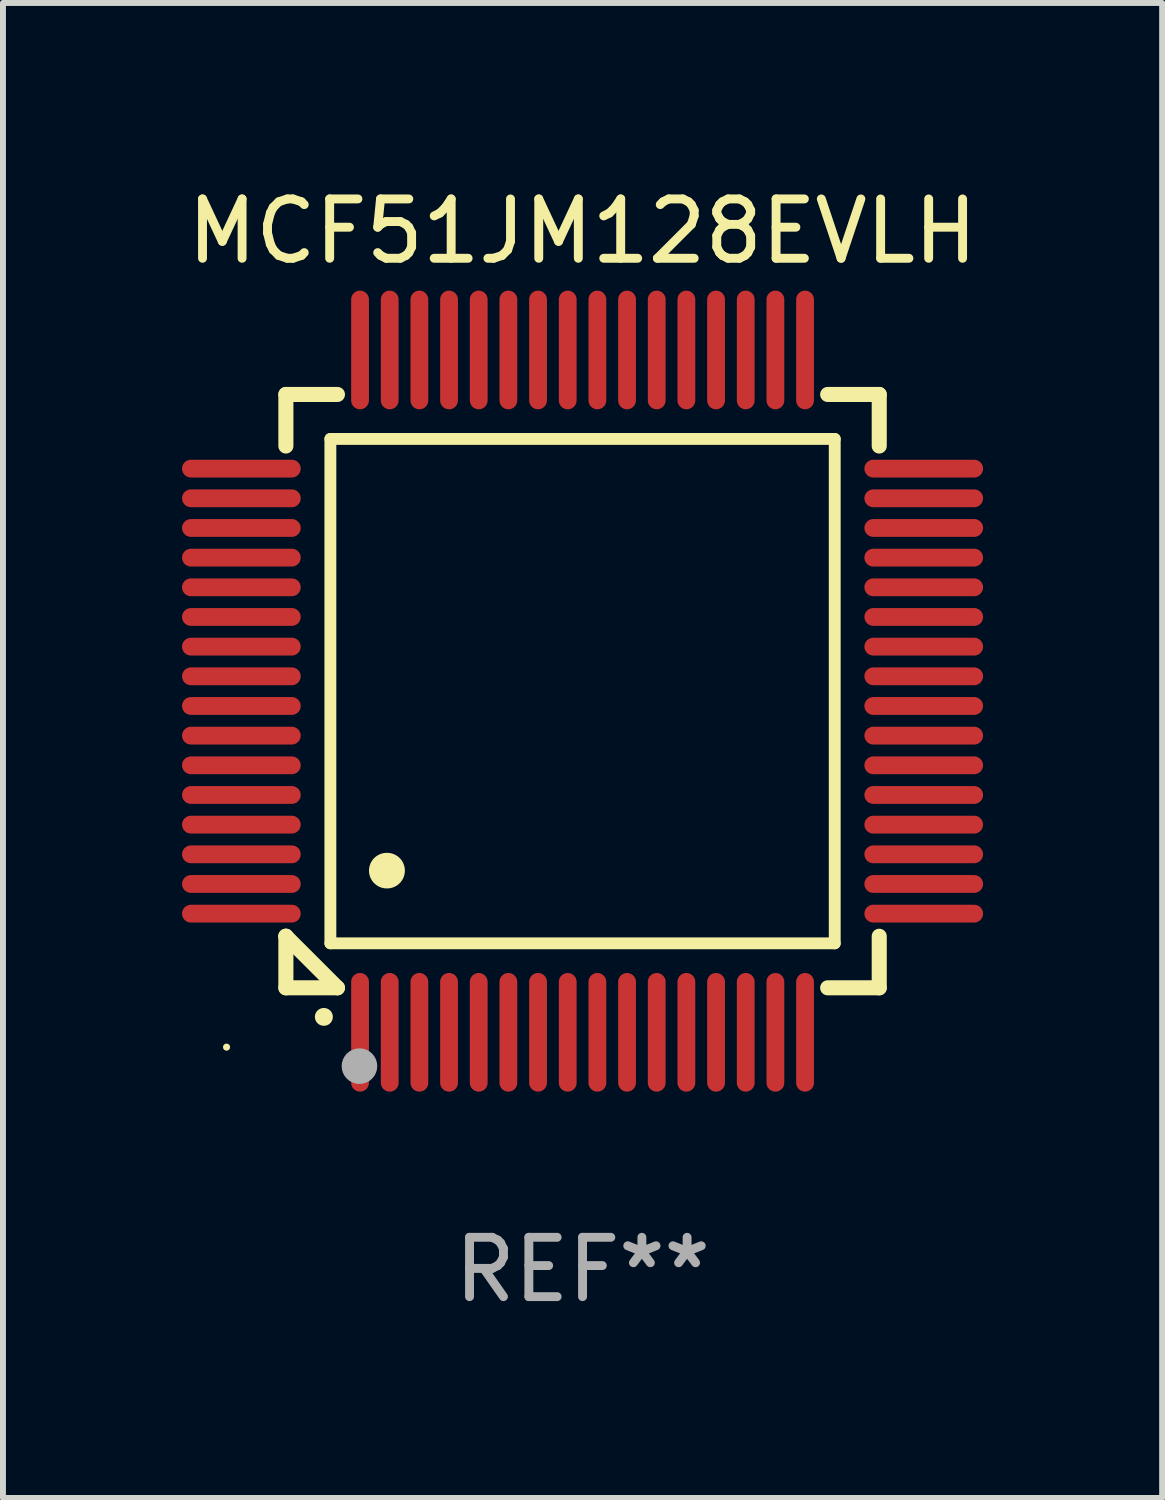
<source format=kicad_pcb>
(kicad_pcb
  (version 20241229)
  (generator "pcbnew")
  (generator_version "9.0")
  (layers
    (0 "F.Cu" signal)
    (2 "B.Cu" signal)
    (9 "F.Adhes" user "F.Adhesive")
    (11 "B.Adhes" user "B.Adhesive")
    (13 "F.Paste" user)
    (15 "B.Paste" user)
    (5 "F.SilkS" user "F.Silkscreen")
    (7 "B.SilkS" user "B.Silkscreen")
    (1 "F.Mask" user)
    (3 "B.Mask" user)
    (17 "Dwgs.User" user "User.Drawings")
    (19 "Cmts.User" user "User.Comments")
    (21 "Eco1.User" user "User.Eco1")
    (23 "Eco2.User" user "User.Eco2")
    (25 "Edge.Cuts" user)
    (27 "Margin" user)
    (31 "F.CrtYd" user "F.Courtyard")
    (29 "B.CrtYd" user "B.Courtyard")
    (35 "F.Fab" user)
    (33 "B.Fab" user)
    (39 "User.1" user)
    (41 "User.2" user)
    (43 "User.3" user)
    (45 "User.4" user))
  (footprint "MCF51JM128EVLH"
    (layer "F.Cu")
    (at 6.768 8.598)
    (property "Reference" "MCF51JM128EVLH" (at 0 -7.75 0) (layer "F.SilkS") (effects (font (size 1 1) (thickness 0.15))))
    (attr through_hole)
    (fp_line (start -5 -5) (end -4.131 -5) (stroke (width 0.254) (type solid)) (layer "F.SilkS"))
    (fp_line (start -5 -4.131) (end -5 -5) (stroke (width 0.254) (type solid)) (layer "F.SilkS"))
    (fp_line (start -5 4.131) (end -5 4.131) (stroke (width 0.254) (type solid)) (layer "F.SilkS"))
    (fp_line (start -5 5) (end -5 4.131) (stroke (width 0.254) (type solid)) (layer "F.SilkS"))
    (fp_line (start -5 4.131) (end -4.131 5) (stroke (width 0.254) (type solid)) (layer "F.SilkS"))
    (fp_line (start -4.25 -4.25) (end -4.25 4.25) (stroke (width 0.2) (type solid)) (layer "F.SilkS"))
    (fp_line (start -4.25 4.25) (end 4.25 4.25) (stroke (width 0.2) (type solid)) (layer "F.SilkS"))
    (fp_line (start -4.131 5) (end -5 5) (stroke (width 0.254) (type solid)) (layer "F.SilkS"))
    (fp_line (start 4.25 -4.25) (end -4.25 -4.25) (stroke (width 0.2) (type solid)) (layer "F.SilkS"))
    (fp_line (start 4.25 4.25) (end 4.25 -4.25) (stroke (width 0.2) (type solid)) (layer "F.SilkS"))
    (fp_line (start 5 -5) (end 4.131 -5) (stroke (width 0.254) (type solid)) (layer "F.SilkS"))
    (fp_line (start 5 -5) (end 5 -4.131) (stroke (width 0.254) (type solid)) (layer "F.SilkS"))
    (fp_line (start 5 4.131) (end 5 5) (stroke (width 0.254) (type solid)) (layer "F.SilkS"))
    (fp_line (start 5 5) (end 4.131 5) (stroke (width 0.254) (type solid)) (layer "F.SilkS"))
    (fp_arc (start -4.361265 5.489992) (mid -4.359995 5.489987) (end -4.358725 5.489992) (stroke (width 0.3) (type solid)) (layer "F.SilkS"))
    (fp_arc (start -3.299467 3.025146) (mid -3.296927 3.025135) (end -3.294387 3.025146) (stroke (width 0.6) (type solid)) (layer "F.SilkS"))
    (fp_circle (center -6 6) (end -5.97 6) (stroke (width 0.06) (type solid)) (fill no) (layer "F.SilkS"))
    (fp_circle (center -3.76 6.32) (end -3.61 6.32) (stroke (width 0.3) (type solid)) (fill no) (layer "F.Fab"))
    (fp_text user "REF**" (at 0 9.75 0) (layer "F.Fab") (effects (font (size 1 1) (thickness 0.15))))
    (pad "1" smd oval (at -3.75 5.75) (size 0.3 2) (layers "F.Cu" "F.Mask" "F.Paste"))
    (pad "2" smd oval (at -3.25 5.75) (size 0.3 2) (layers "F.Cu" "F.Mask" "F.Paste"))
    (pad "3" smd oval (at -2.75 5.75) (size 0.3 2) (layers "F.Cu" "F.Mask" "F.Paste"))
    (pad "4" smd oval (at -2.25 5.75) (size 0.3 2) (layers "F.Cu" "F.Mask" "F.Paste"))
    (pad "5" smd oval (at -1.75 5.75) (size 0.3 2) (layers "F.Cu" "F.Mask" "F.Paste"))
    (pad "6" smd oval (at -1.25 5.75) (size 0.3 2) (layers "F.Cu" "F.Mask" "F.Paste"))
    (pad "7" smd oval (at -0.75 5.75) (size 0.3 2) (layers "F.Cu" "F.Mask" "F.Paste"))
    (pad "8" smd oval (at -0.25 5.75) (size 0.3 2) (layers "F.Cu" "F.Mask" "F.Paste"))
    (pad "9" smd oval (at 0.25 5.75) (size 0.3 2) (layers "F.Cu" "F.Mask" "F.Paste"))
    (pad "10" smd oval (at 0.75 5.75) (size 0.3 2) (layers "F.Cu" "F.Mask" "F.Paste"))
    (pad "11" smd oval (at 1.25 5.75) (size 0.3 2) (layers "F.Cu" "F.Mask" "F.Paste"))
    (pad "12" smd oval (at 1.75 5.75) (size 0.3 2) (layers "F.Cu" "F.Mask" "F.Paste"))
    (pad "13" smd oval (at 2.25 5.75) (size 0.3 2) (layers "F.Cu" "F.Mask" "F.Paste"))
    (pad "14" smd oval (at 2.75 5.75) (size 0.3 2) (layers "F.Cu" "F.Mask" "F.Paste"))
    (pad "15" smd oval (at 3.25 5.75) (size 0.3 2) (layers "F.Cu" "F.Mask" "F.Paste"))
    (pad "16" smd oval (at 3.75 5.75) (size 0.3 2) (layers "F.Cu" "F.Mask" "F.Paste"))
    (pad "17" smd oval (at 5.75 3.75) (size 2 0.3) (layers "F.Cu" "F.Mask" "F.Paste"))
    (pad "18" smd oval (at 5.75 3.25) (size 2 0.3) (layers "F.Cu" "F.Mask" "F.Paste"))
    (pad "19" smd oval (at 5.75 2.75) (size 2 0.3) (layers "F.Cu" "F.Mask" "F.Paste"))
    (pad "20" smd oval (at 5.75 2.25) (size 2 0.3) (layers "F.Cu" "F.Mask" "F.Paste"))
    (pad "21" smd oval (at 5.75 1.75) (size 2 0.3) (layers "F.Cu" "F.Mask" "F.Paste"))
    (pad "22" smd oval (at 5.75 1.25) (size 2 0.3) (layers "F.Cu" "F.Mask" "F.Paste"))
    (pad "23" smd oval (at 5.75 0.75) (size 2 0.3) (layers "F.Cu" "F.Mask" "F.Paste"))
    (pad "24" smd oval (at 5.75 0.25) (size 2 0.3) (layers "F.Cu" "F.Mask" "F.Paste"))
    (pad "25" smd oval (at 5.75 -0.25) (size 2 0.3) (layers "F.Cu" "F.Mask" "F.Paste"))
    (pad "26" smd oval (at 5.75 -0.75) (size 2 0.3) (layers "F.Cu" "F.Mask" "F.Paste"))
    (pad "27" smd oval (at 5.75 -1.25) (size 2 0.3) (layers "F.Cu" "F.Mask" "F.Paste"))
    (pad "28" smd oval (at 5.75 -1.75) (size 2 0.3) (layers "F.Cu" "F.Mask" "F.Paste"))
    (pad "29" smd oval (at 5.75 -2.25) (size 2 0.3) (layers "F.Cu" "F.Mask" "F.Paste"))
    (pad "30" smd oval (at 5.75 -2.75) (size 2 0.3) (layers "F.Cu" "F.Mask" "F.Paste"))
    (pad "31" smd oval (at 5.75 -3.25) (size 2 0.3) (layers "F.Cu" "F.Mask" "F.Paste"))
    (pad "32" smd oval (at 5.75 -3.75) (size 2 0.3) (layers "F.Cu" "F.Mask" "F.Paste"))
    (pad "33" smd oval (at 3.75 -5.75) (size 0.3 2) (layers "F.Cu" "F.Mask" "F.Paste"))
    (pad "34" smd oval (at 3.25 -5.75) (size 0.3 2) (layers "F.Cu" "F.Mask" "F.Paste"))
    (pad "35" smd oval (at 2.75 -5.75) (size 0.3 2) (layers "F.Cu" "F.Mask" "F.Paste"))
    (pad "36" smd oval (at 2.25 -5.75) (size 0.3 2) (layers "F.Cu" "F.Mask" "F.Paste"))
    (pad "37" smd oval (at 1.75 -5.75) (size 0.3 2) (layers "F.Cu" "F.Mask" "F.Paste"))
    (pad "38" smd oval (at 1.25 -5.75) (size 0.3 2) (layers "F.Cu" "F.Mask" "F.Paste"))
    (pad "39" smd oval (at 0.75 -5.75) (size 0.3 2) (layers "F.Cu" "F.Mask" "F.Paste"))
    (pad "40" smd oval (at 0.25 -5.75) (size 0.3 2) (layers "F.Cu" "F.Mask" "F.Paste"))
    (pad "41" smd oval (at -0.25 -5.75) (size 0.3 2) (layers "F.Cu" "F.Mask" "F.Paste"))
    (pad "42" smd oval (at -0.75 -5.75) (size 0.3 2) (layers "F.Cu" "F.Mask" "F.Paste"))
    (pad "43" smd oval (at -1.25 -5.75) (size 0.3 2) (layers "F.Cu" "F.Mask" "F.Paste"))
    (pad "44" smd oval (at -1.75 -5.75) (size 0.3 2) (layers "F.Cu" "F.Mask" "F.Paste"))
    (pad "45" smd oval (at -2.25 -5.75) (size 0.3 2) (layers "F.Cu" "F.Mask" "F.Paste"))
    (pad "46" smd oval (at -2.75 -5.75) (size 0.3 2) (layers "F.Cu" "F.Mask" "F.Paste"))
    (pad "47" smd oval (at -3.25 -5.75) (size 0.3 2) (layers "F.Cu" "F.Mask" "F.Paste"))
    (pad "48" smd oval (at -3.75 -5.75) (size 0.3 2) (layers "F.Cu" "F.Mask" "F.Paste"))
    (pad "49" smd oval (at -5.75 -3.75) (size 2 0.3) (layers "F.Cu" "F.Mask" "F.Paste"))
    (pad "50" smd oval (at -5.75 -3.25) (size 2 0.3) (layers "F.Cu" "F.Mask" "F.Paste"))
    (pad "51" smd oval (at -5.75 -2.75) (size 2 0.3) (layers "F.Cu" "F.Mask" "F.Paste"))
    (pad "52" smd oval (at -5.75 -2.25) (size 2 0.3) (layers "F.Cu" "F.Mask" "F.Paste"))
    (pad "53" smd oval (at -5.75 -1.75) (size 2 0.3) (layers "F.Cu" "F.Mask" "F.Paste"))
    (pad "54" smd oval (at -5.75 -1.25) (size 2 0.3) (layers "F.Cu" "F.Mask" "F.Paste"))
    (pad "55" smd oval (at -5.75 -0.75) (size 2 0.3) (layers "F.Cu" "F.Mask" "F.Paste"))
    (pad "56" smd oval (at -5.75 -0.25) (size 2 0.3) (layers "F.Cu" "F.Mask" "F.Paste"))
    (pad "57" smd oval (at -5.75 0.25) (size 2 0.3) (layers "F.Cu" "F.Mask" "F.Paste"))
    (pad "58" smd oval (at -5.75 0.75) (size 2 0.3) (layers "F.Cu" "F.Mask" "F.Paste"))
    (pad "59" smd oval (at -5.75 1.25) (size 2 0.3) (layers "F.Cu" "F.Mask" "F.Paste"))
    (pad "60" smd oval (at -5.75 1.75) (size 2 0.3) (layers "F.Cu" "F.Mask" "F.Paste"))
    (pad "61" smd oval (at -5.75 2.25) (size 2 0.3) (layers "F.Cu" "F.Mask" "F.Paste"))
    (pad "62" smd oval (at -5.75 2.75) (size 2 0.3) (layers "F.Cu" "F.Mask" "F.Paste"))
    (pad "63" smd oval (at -5.75 3.25) (size 2 0.3) (layers "F.Cu" "F.Mask" "F.Paste"))
    (pad "64" smd oval (at -5.75 3.75) (size 2 0.3) (layers "F.Cu" "F.Mask" "F.Paste")))
  (gr_rect
    (start -3 -3)
    (end 16.536 22.196)
    (stroke (width 0.1) (type default))
    (fill no)
    (layer "Edge.Cuts")))
</source>
